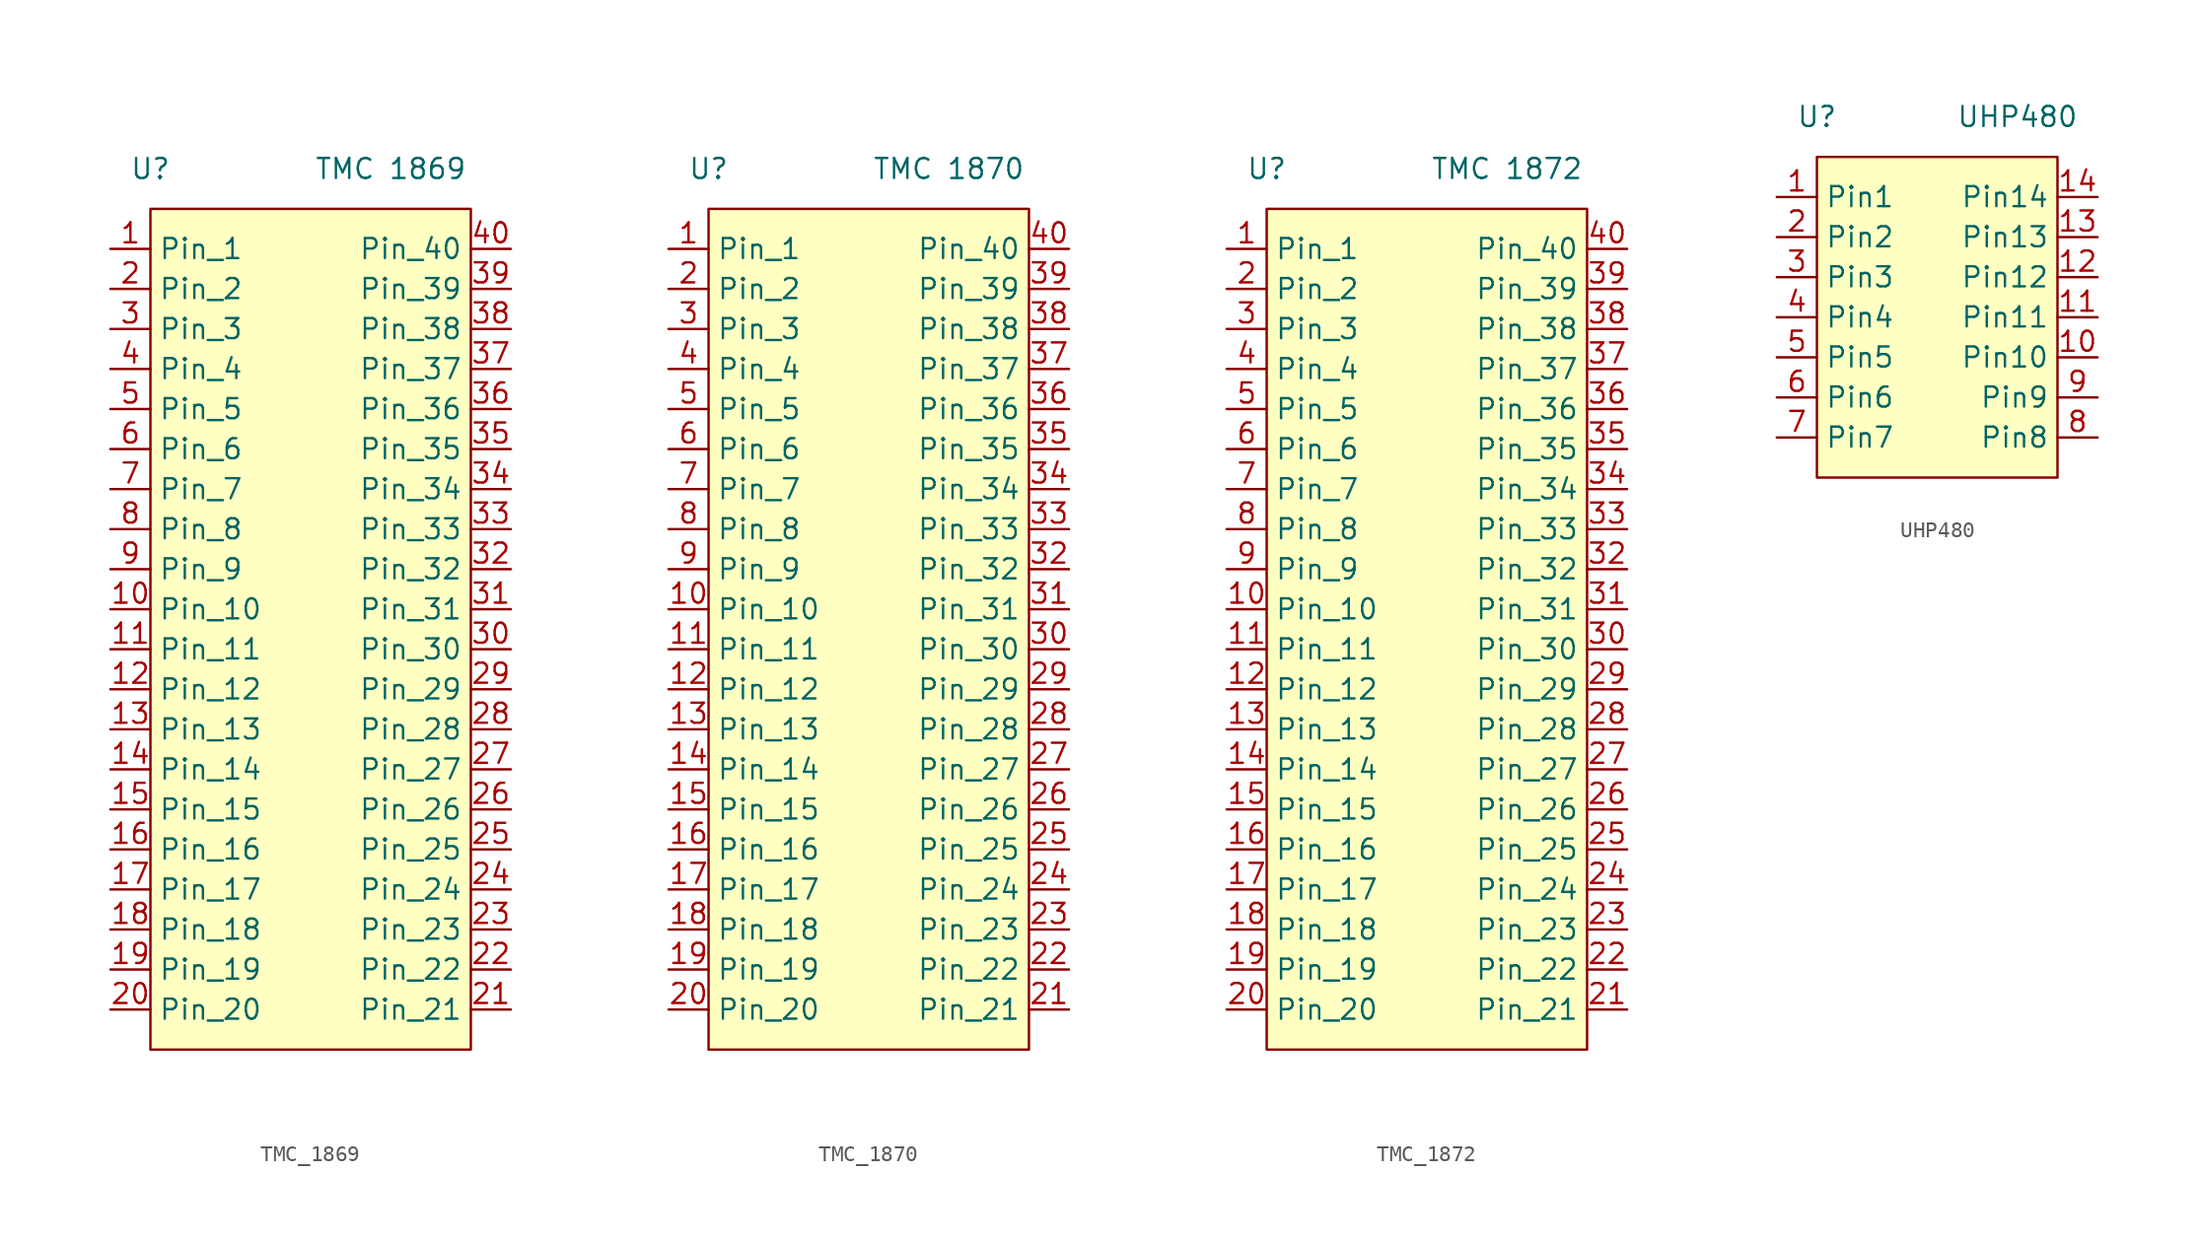
<source format=kicad_sym>
(kicad_symbol_lib
  (version 20241209)
  (generator "kicad_symbol_editor")
  (generator_version "9.0")
  (symbol "TMC_1869"
    (property "Reference" "U"
      (at -10.16 2.54 0)
      (effects (font (size 1.27 1.27))))
    (property "Value" "TMC 1869"
      (at 5.08 2.54 0)
      (effects (font (size 1.27 1.27))))
    (symbol "TMC_1869_1_1"
      (rectangle (start -10.16 0) (end 10.16 -53.34) (stroke (width 0) (type solid)) (fill (type color) (color 255 255 194 1)))
      (pin input line (at -12.7 -2.54 0) (length 2.54) (name "Pin_1" (effects (font (size 1.27 1.27)))) (number "1" (effects (font (size 1.27 1.27)))))
      (pin input line (at -12.7 -5.08 0) (length 2.54) (name "Pin_2" (effects (font (size 1.27 1.27)))) (number "2" (effects (font (size 1.27 1.27)))))
      (pin input line (at -12.7 -7.62 0) (length 2.54) (name "Pin_3" (effects (font (size 1.27 1.27)))) (number "3" (effects (font (size 1.27 1.27)))))
      (pin input line (at -12.7 -10.16 0) (length 2.54) (name "Pin_4" (effects (font (size 1.27 1.27)))) (number "4" (effects (font (size 1.27 1.27)))))
      (pin input line (at -12.7 -12.7 0) (length 2.54) (name "Pin_5" (effects (font (size 1.27 1.27)))) (number "5" (effects (font (size 1.27 1.27)))))
      (pin input line (at -12.7 -15.24 0) (length 2.54) (name "Pin_6" (effects (font (size 1.27 1.27)))) (number "6" (effects (font (size 1.27 1.27)))))
      (pin input line (at -12.7 -17.78 0) (length 2.54) (name "Pin_7" (effects (font (size 1.27 1.27)))) (number "7" (effects (font (size 1.27 1.27)))))
      (pin input line (at -12.7 -20.32 0) (length 2.54) (name "Pin_8" (effects (font (size 1.27 1.27)))) (number "8" (effects (font (size 1.27 1.27)))))
      (pin input line (at -12.7 -22.86 0) (length 2.54) (name "Pin_9" (effects (font (size 1.27 1.27)))) (number "9" (effects (font (size 1.27 1.27)))))
      (pin input line (at -12.7 -25.4 0) (length 2.54) (name "Pin_10" (effects (font (size 1.27 1.27)))) (number "10" (effects (font (size 1.27 1.27)))))
      (pin input line (at -12.7 -27.94 0) (length 2.54) (name "Pin_11" (effects (font (size 1.27 1.27)))) (number "11" (effects (font (size 1.27 1.27)))))
      (pin input line (at -12.7 -30.48 0) (length 2.54) (name "Pin_12" (effects (font (size 1.27 1.27)))) (number "12" (effects (font (size 1.27 1.27)))))
      (pin input line (at -12.7 -33.02 0) (length 2.54) (name "Pin_13" (effects (font (size 1.27 1.27)))) (number "13" (effects (font (size 1.27 1.27)))))
      (pin input line (at -12.7 -35.56 0) (length 2.54) (name "Pin_14" (effects (font (size 1.27 1.27)))) (number "14" (effects (font (size 1.27 1.27)))))
      (pin input line (at -12.7 -38.1 0) (length 2.54) (name "Pin_15" (effects (font (size 1.27 1.27)))) (number "15" (effects (font (size 1.27 1.27)))))
      (pin input line (at -12.7 -40.64 0) (length 2.54) (name "Pin_16" (effects (font (size 1.27 1.27)))) (number "16" (effects (font (size 1.27 1.27)))))
      (pin input line (at -12.7 -43.18 0) (length 2.54) (name "Pin_17" (effects (font (size 1.27 1.27)))) (number "17" (effects (font (size 1.27 1.27)))))
      (pin input line (at -12.7 -45.72 0) (length 2.54) (name "Pin_18" (effects (font (size 1.27 1.27)))) (number "18" (effects (font (size 1.27 1.27)))))
      (pin input line (at -12.7 -48.26 0) (length 2.54) (name "Pin_19" (effects (font (size 1.27 1.27)))) (number "19" (effects (font (size 1.27 1.27)))))
      (pin input line (at -12.7 -50.8 0) (length 2.54) (name "Pin_20" (effects (font (size 1.27 1.27)))) (number "20" (effects (font (size 1.27 1.27)))))
      (pin input line (at 12.7 -2.54 180) (length 2.54) (name "Pin_40" (effects (font (size 1.27 1.27)))) (number "40" (effects (font (size 1.27 1.27)))))
      (pin input line (at 12.7 -5.08 180) (length 2.54) (name "Pin_39" (effects (font (size 1.27 1.27)))) (number "39" (effects (font (size 1.27 1.27)))))
      (pin input line (at 12.7 -7.62 180) (length 2.54) (name "Pin_38" (effects (font (size 1.27 1.27)))) (number "38" (effects (font (size 1.27 1.27)))))
      (pin input line (at 12.7 -10.16 180) (length 2.54) (name "Pin_37" (effects (font (size 1.27 1.27)))) (number "37" (effects (font (size 1.27 1.27)))))
      (pin input line (at 12.7 -12.7 180) (length 2.54) (name "Pin_36" (effects (font (size 1.27 1.27)))) (number "36" (effects (font (size 1.27 1.27)))))
      (pin input line (at 12.7 -15.24 180) (length 2.54) (name "Pin_35" (effects (font (size 1.27 1.27)))) (number "35" (effects (font (size 1.27 1.27)))))
      (pin input line (at 12.7 -17.78 180) (length 2.54) (name "Pin_34" (effects (font (size 1.27 1.27)))) (number "34" (effects (font (size 1.27 1.27)))))
      (pin input line (at 12.7 -20.32 180) (length 2.54) (name "Pin_33" (effects (font (size 1.27 1.27)))) (number "33" (effects (font (size 1.27 1.27)))))
      (pin input line (at 12.7 -22.86 180) (length 2.54) (name "Pin_32" (effects (font (size 1.27 1.27)))) (number "32" (effects (font (size 1.27 1.27)))))
      (pin input line (at 12.7 -25.4 180) (length 2.54) (name "Pin_31" (effects (font (size 1.27 1.27)))) (number "31" (effects (font (size 1.27 1.27)))))
      (pin input line (at 12.7 -27.94 180) (length 2.54) (name "Pin_30" (effects (font (size 1.27 1.27)))) (number "30" (effects (font (size 1.27 1.27)))))
      (pin input line (at 12.7 -30.48 180) (length 2.54) (name "Pin_29" (effects (font (size 1.27 1.27)))) (number "29" (effects (font (size 1.27 1.27)))))
      (pin input line (at 12.7 -33.02 180) (length 2.54) (name "Pin_28" (effects (font (size 1.27 1.27)))) (number "28" (effects (font (size 1.27 1.27)))))
      (pin input line (at 12.7 -35.56 180) (length 2.54) (name "Pin_27" (effects (font (size 1.27 1.27)))) (number "27" (effects (font (size 1.27 1.27)))))
      (pin input line (at 12.7 -38.1 180) (length 2.54) (name "Pin_26" (effects (font (size 1.27 1.27)))) (number "26" (effects (font (size 1.27 1.27)))))
      (pin input line (at 12.7 -40.64 180) (length 2.54) (name "Pin_25" (effects (font (size 1.27 1.27)))) (number "25" (effects (font (size 1.27 1.27)))))
      (pin input line (at 12.7 -43.18 180) (length 2.54) (name "Pin_24" (effects (font (size 1.27 1.27)))) (number "24" (effects (font (size 1.27 1.27)))))
      (pin input line (at 12.7 -45.72 180) (length 2.54) (name "Pin_23" (effects (font (size 1.27 1.27)))) (number "23" (effects (font (size 1.27 1.27)))))
      (pin input line (at 12.7 -48.26 180) (length 2.54) (name "Pin_22" (effects (font (size 1.27 1.27)))) (number "22" (effects (font (size 1.27 1.27)))))
      (pin input line (at 12.7 -50.8 180) (length 2.54) (name "Pin_21" (effects (font (size 1.27 1.27)))) (number "21" (effects (font (size 1.27 1.27)))))))
  (symbol "TMC_1870"
    (property "Reference" "U"
      (at -10.16 2.54 0)
      (effects (font (size 1.27 1.27))))
    (property "Value" "TMC 1870"
      (at 5.08 2.54 0)
      (effects (font (size 1.27 1.27))))
    (symbol "TMC_1870_1_1"
      (rectangle (start -10.16 0) (end 10.16 -53.34) (stroke (width 0) (type solid)) (fill (type color) (color 255 255 194 1)))
      (pin input line (at -12.7 -2.54 0) (length 2.54) (name "Pin_1" (effects (font (size 1.27 1.27)))) (number "1" (effects (font (size 1.27 1.27)))))
      (pin input line (at -12.7 -5.08 0) (length 2.54) (name "Pin_2" (effects (font (size 1.27 1.27)))) (number "2" (effects (font (size 1.27 1.27)))))
      (pin input line (at -12.7 -7.62 0) (length 2.54) (name "Pin_3" (effects (font (size 1.27 1.27)))) (number "3" (effects (font (size 1.27 1.27)))))
      (pin input line (at -12.7 -10.16 0) (length 2.54) (name "Pin_4" (effects (font (size 1.27 1.27)))) (number "4" (effects (font (size 1.27 1.27)))))
      (pin input line (at -12.7 -12.7 0) (length 2.54) (name "Pin_5" (effects (font (size 1.27 1.27)))) (number "5" (effects (font (size 1.27 1.27)))))
      (pin input line (at -12.7 -15.24 0) (length 2.54) (name "Pin_6" (effects (font (size 1.27 1.27)))) (number "6" (effects (font (size 1.27 1.27)))))
      (pin input line (at -12.7 -17.78 0) (length 2.54) (name "Pin_7" (effects (font (size 1.27 1.27)))) (number "7" (effects (font (size 1.27 1.27)))))
      (pin input line (at -12.7 -20.32 0) (length 2.54) (name "Pin_8" (effects (font (size 1.27 1.27)))) (number "8" (effects (font (size 1.27 1.27)))))
      (pin input line (at -12.7 -22.86 0) (length 2.54) (name "Pin_9" (effects (font (size 1.27 1.27)))) (number "9" (effects (font (size 1.27 1.27)))))
      (pin input line (at -12.7 -25.4 0) (length 2.54) (name "Pin_10" (effects (font (size 1.27 1.27)))) (number "10" (effects (font (size 1.27 1.27)))))
      (pin input line (at -12.7 -27.94 0) (length 2.54) (name "Pin_11" (effects (font (size 1.27 1.27)))) (number "11" (effects (font (size 1.27 1.27)))))
      (pin input line (at -12.7 -30.48 0) (length 2.54) (name "Pin_12" (effects (font (size 1.27 1.27)))) (number "12" (effects (font (size 1.27 1.27)))))
      (pin input line (at -12.7 -33.02 0) (length 2.54) (name "Pin_13" (effects (font (size 1.27 1.27)))) (number "13" (effects (font (size 1.27 1.27)))))
      (pin input line (at -12.7 -35.56 0) (length 2.54) (name "Pin_14" (effects (font (size 1.27 1.27)))) (number "14" (effects (font (size 1.27 1.27)))))
      (pin input line (at -12.7 -38.1 0) (length 2.54) (name "Pin_15" (effects (font (size 1.27 1.27)))) (number "15" (effects (font (size 1.27 1.27)))))
      (pin input line (at -12.7 -40.64 0) (length 2.54) (name "Pin_16" (effects (font (size 1.27 1.27)))) (number "16" (effects (font (size 1.27 1.27)))))
      (pin input line (at -12.7 -43.18 0) (length 2.54) (name "Pin_17" (effects (font (size 1.27 1.27)))) (number "17" (effects (font (size 1.27 1.27)))))
      (pin input line (at -12.7 -45.72 0) (length 2.54) (name "Pin_18" (effects (font (size 1.27 1.27)))) (number "18" (effects (font (size 1.27 1.27)))))
      (pin input line (at -12.7 -48.26 0) (length 2.54) (name "Pin_19" (effects (font (size 1.27 1.27)))) (number "19" (effects (font (size 1.27 1.27)))))
      (pin input line (at -12.7 -50.8 0) (length 2.54) (name "Pin_20" (effects (font (size 1.27 1.27)))) (number "20" (effects (font (size 1.27 1.27)))))
      (pin input line (at 12.7 -2.54 180) (length 2.54) (name "Pin_40" (effects (font (size 1.27 1.27)))) (number "40" (effects (font (size 1.27 1.27)))))
      (pin input line (at 12.7 -5.08 180) (length 2.54) (name "Pin_39" (effects (font (size 1.27 1.27)))) (number "39" (effects (font (size 1.27 1.27)))))
      (pin input line (at 12.7 -7.62 180) (length 2.54) (name "Pin_38" (effects (font (size 1.27 1.27)))) (number "38" (effects (font (size 1.27 1.27)))))
      (pin input line (at 12.7 -10.16 180) (length 2.54) (name "Pin_37" (effects (font (size 1.27 1.27)))) (number "37" (effects (font (size 1.27 1.27)))))
      (pin input line (at 12.7 -12.7 180) (length 2.54) (name "Pin_36" (effects (font (size 1.27 1.27)))) (number "36" (effects (font (size 1.27 1.27)))))
      (pin input line (at 12.7 -15.24 180) (length 2.54) (name "Pin_35" (effects (font (size 1.27 1.27)))) (number "35" (effects (font (size 1.27 1.27)))))
      (pin input line (at 12.7 -17.78 180) (length 2.54) (name "Pin_34" (effects (font (size 1.27 1.27)))) (number "34" (effects (font (size 1.27 1.27)))))
      (pin input line (at 12.7 -20.32 180) (length 2.54) (name "Pin_33" (effects (font (size 1.27 1.27)))) (number "33" (effects (font (size 1.27 1.27)))))
      (pin input line (at 12.7 -22.86 180) (length 2.54) (name "Pin_32" (effects (font (size 1.27 1.27)))) (number "32" (effects (font (size 1.27 1.27)))))
      (pin input line (at 12.7 -25.4 180) (length 2.54) (name "Pin_31" (effects (font (size 1.27 1.27)))) (number "31" (effects (font (size 1.27 1.27)))))
      (pin input line (at 12.7 -27.94 180) (length 2.54) (name "Pin_30" (effects (font (size 1.27 1.27)))) (number "30" (effects (font (size 1.27 1.27)))))
      (pin input line (at 12.7 -30.48 180) (length 2.54) (name "Pin_29" (effects (font (size 1.27 1.27)))) (number "29" (effects (font (size 1.27 1.27)))))
      (pin input line (at 12.7 -33.02 180) (length 2.54) (name "Pin_28" (effects (font (size 1.27 1.27)))) (number "28" (effects (font (size 1.27 1.27)))))
      (pin input line (at 12.7 -35.56 180) (length 2.54) (name "Pin_27" (effects (font (size 1.27 1.27)))) (number "27" (effects (font (size 1.27 1.27)))))
      (pin input line (at 12.7 -38.1 180) (length 2.54) (name "Pin_26" (effects (font (size 1.27 1.27)))) (number "26" (effects (font (size 1.27 1.27)))))
      (pin input line (at 12.7 -40.64 180) (length 2.54) (name "Pin_25" (effects (font (size 1.27 1.27)))) (number "25" (effects (font (size 1.27 1.27)))))
      (pin input line (at 12.7 -43.18 180) (length 2.54) (name "Pin_24" (effects (font (size 1.27 1.27)))) (number "24" (effects (font (size 1.27 1.27)))))
      (pin input line (at 12.7 -45.72 180) (length 2.54) (name "Pin_23" (effects (font (size 1.27 1.27)))) (number "23" (effects (font (size 1.27 1.27)))))
      (pin input line (at 12.7 -48.26 180) (length 2.54) (name "Pin_22" (effects (font (size 1.27 1.27)))) (number "22" (effects (font (size 1.27 1.27)))))
      (pin input line (at 12.7 -50.8 180) (length 2.54) (name "Pin_21" (effects (font (size 1.27 1.27)))) (number "21" (effects (font (size 1.27 1.27)))))))
  (symbol "TMC_1872"
    (property "Reference" "U"
      (at -10.16 2.54 0)
      (effects (font (size 1.27 1.27))))
    (property "Value" "TMC 1872"
      (at 5.08 2.54 0)
      (effects (font (size 1.27 1.27))))
    (symbol "TMC_1872_1_1"
      (rectangle (start -10.16 0) (end 10.16 -53.34) (stroke (width 0) (type solid)) (fill (type color) (color 255 255 194 1)))
      (pin input line (at -12.7 -2.54 0) (length 2.54) (name "Pin_1" (effects (font (size 1.27 1.27)))) (number "1" (effects (font (size 1.27 1.27)))))
      (pin input line (at -12.7 -5.08 0) (length 2.54) (name "Pin_2" (effects (font (size 1.27 1.27)))) (number "2" (effects (font (size 1.27 1.27)))))
      (pin input line (at -12.7 -7.62 0) (length 2.54) (name "Pin_3" (effects (font (size 1.27 1.27)))) (number "3" (effects (font (size 1.27 1.27)))))
      (pin input line (at -12.7 -10.16 0) (length 2.54) (name "Pin_4" (effects (font (size 1.27 1.27)))) (number "4" (effects (font (size 1.27 1.27)))))
      (pin input line (at -12.7 -12.7 0) (length 2.54) (name "Pin_5" (effects (font (size 1.27 1.27)))) (number "5" (effects (font (size 1.27 1.27)))))
      (pin input line (at -12.7 -15.24 0) (length 2.54) (name "Pin_6" (effects (font (size 1.27 1.27)))) (number "6" (effects (font (size 1.27 1.27)))))
      (pin input line (at -12.7 -17.78 0) (length 2.54) (name "Pin_7" (effects (font (size 1.27 1.27)))) (number "7" (effects (font (size 1.27 1.27)))))
      (pin input line (at -12.7 -20.32 0) (length 2.54) (name "Pin_8" (effects (font (size 1.27 1.27)))) (number "8" (effects (font (size 1.27 1.27)))))
      (pin input line (at -12.7 -22.86 0) (length 2.54) (name "Pin_9" (effects (font (size 1.27 1.27)))) (number "9" (effects (font (size 1.27 1.27)))))
      (pin input line (at -12.7 -25.4 0) (length 2.54) (name "Pin_10" (effects (font (size 1.27 1.27)))) (number "10" (effects (font (size 1.27 1.27)))))
      (pin input line (at -12.7 -27.94 0) (length 2.54) (name "Pin_11" (effects (font (size 1.27 1.27)))) (number "11" (effects (font (size 1.27 1.27)))))
      (pin input line (at -12.7 -30.48 0) (length 2.54) (name "Pin_12" (effects (font (size 1.27 1.27)))) (number "12" (effects (font (size 1.27 1.27)))))
      (pin input line (at -12.7 -33.02 0) (length 2.54) (name "Pin_13" (effects (font (size 1.27 1.27)))) (number "13" (effects (font (size 1.27 1.27)))))
      (pin input line (at -12.7 -35.56 0) (length 2.54) (name "Pin_14" (effects (font (size 1.27 1.27)))) (number "14" (effects (font (size 1.27 1.27)))))
      (pin input line (at -12.7 -38.1 0) (length 2.54) (name "Pin_15" (effects (font (size 1.27 1.27)))) (number "15" (effects (font (size 1.27 1.27)))))
      (pin input line (at -12.7 -40.64 0) (length 2.54) (name "Pin_16" (effects (font (size 1.27 1.27)))) (number "16" (effects (font (size 1.27 1.27)))))
      (pin input line (at -12.7 -43.18 0) (length 2.54) (name "Pin_17" (effects (font (size 1.27 1.27)))) (number "17" (effects (font (size 1.27 1.27)))))
      (pin input line (at -12.7 -45.72 0) (length 2.54) (name "Pin_18" (effects (font (size 1.27 1.27)))) (number "18" (effects (font (size 1.27 1.27)))))
      (pin input line (at -12.7 -48.26 0) (length 2.54) (name "Pin_19" (effects (font (size 1.27 1.27)))) (number "19" (effects (font (size 1.27 1.27)))))
      (pin input line (at -12.7 -50.8 0) (length 2.54) (name "Pin_20" (effects (font (size 1.27 1.27)))) (number "20" (effects (font (size 1.27 1.27)))))
      (pin input line (at 12.7 -2.54 180) (length 2.54) (name "Pin_40" (effects (font (size 1.27 1.27)))) (number "40" (effects (font (size 1.27 1.27)))))
      (pin input line (at 12.7 -5.08 180) (length 2.54) (name "Pin_39" (effects (font (size 1.27 1.27)))) (number "39" (effects (font (size 1.27 1.27)))))
      (pin input line (at 12.7 -7.62 180) (length 2.54) (name "Pin_38" (effects (font (size 1.27 1.27)))) (number "38" (effects (font (size 1.27 1.27)))))
      (pin input line (at 12.7 -10.16 180) (length 2.54) (name "Pin_37" (effects (font (size 1.27 1.27)))) (number "37" (effects (font (size 1.27 1.27)))))
      (pin input line (at 12.7 -12.7 180) (length 2.54) (name "Pin_36" (effects (font (size 1.27 1.27)))) (number "36" (effects (font (size 1.27 1.27)))))
      (pin input line (at 12.7 -15.24 180) (length 2.54) (name "Pin_35" (effects (font (size 1.27 1.27)))) (number "35" (effects (font (size 1.27 1.27)))))
      (pin input line (at 12.7 -17.78 180) (length 2.54) (name "Pin_34" (effects (font (size 1.27 1.27)))) (number "34" (effects (font (size 1.27 1.27)))))
      (pin input line (at 12.7 -20.32 180) (length 2.54) (name "Pin_33" (effects (font (size 1.27 1.27)))) (number "33" (effects (font (size 1.27 1.27)))))
      (pin input line (at 12.7 -22.86 180) (length 2.54) (name "Pin_32" (effects (font (size 1.27 1.27)))) (number "32" (effects (font (size 1.27 1.27)))))
      (pin input line (at 12.7 -25.4 180) (length 2.54) (name "Pin_31" (effects (font (size 1.27 1.27)))) (number "31" (effects (font (size 1.27 1.27)))))
      (pin input line (at 12.7 -27.94 180) (length 2.54) (name "Pin_30" (effects (font (size 1.27 1.27)))) (number "30" (effects (font (size 1.27 1.27)))))
      (pin input line (at 12.7 -30.48 180) (length 2.54) (name "Pin_29" (effects (font (size 1.27 1.27)))) (number "29" (effects (font (size 1.27 1.27)))))
      (pin input line (at 12.7 -33.02 180) (length 2.54) (name "Pin_28" (effects (font (size 1.27 1.27)))) (number "28" (effects (font (size 1.27 1.27)))))
      (pin input line (at 12.7 -35.56 180) (length 2.54) (name "Pin_27" (effects (font (size 1.27 1.27)))) (number "27" (effects (font (size 1.27 1.27)))))
      (pin input line (at 12.7 -38.1 180) (length 2.54) (name "Pin_26" (effects (font (size 1.27 1.27)))) (number "26" (effects (font (size 1.27 1.27)))))
      (pin input line (at 12.7 -40.64 180) (length 2.54) (name "Pin_25" (effects (font (size 1.27 1.27)))) (number "25" (effects (font (size 1.27 1.27)))))
      (pin input line (at 12.7 -43.18 180) (length 2.54) (name "Pin_24" (effects (font (size 1.27 1.27)))) (number "24" (effects (font (size 1.27 1.27)))))
      (pin input line (at 12.7 -45.72 180) (length 2.54) (name "Pin_23" (effects (font (size 1.27 1.27)))) (number "23" (effects (font (size 1.27 1.27)))))
      (pin input line (at 12.7 -48.26 180) (length 2.54) (name "Pin_22" (effects (font (size 1.27 1.27)))) (number "22" (effects (font (size 1.27 1.27)))))
      (pin input line (at 12.7 -50.8 180) (length 2.54) (name "Pin_21" (effects (font (size 1.27 1.27)))) (number "21" (effects (font (size 1.27 1.27)))))))
  (symbol "UHP480"
    (property "Reference" "U"
      (at -7.62 2.54 0)
      (effects (font (size 1.27 1.27))))
    (property "Value" "UHP480"
      (at 5.08 2.54 0)
      (effects (font (size 1.27 1.27))))
    (symbol "UHP480_1_1"
      (rectangle (start -7.62 0) (end 7.62 -20.32) (stroke (width 0) (type solid)) (fill (type color) (color 255 255 194 1)))
      (pin passive line (at -10.16 -2.54 0) (length 2.54) (name "Pin1" (effects (font (size 1.27 1.27)))) (number "1" (effects (font (size 1.27 1.27)))))
      (pin passive line (at -10.16 -5.08 0) (length 2.54) (name "Pin2" (effects (font (size 1.27 1.27)))) (number "2" (effects (font (size 1.27 1.27)))))
      (pin passive line (at -10.16 -7.62 0) (length 2.54) (name "Pin3" (effects (font (size 1.27 1.27)))) (number "3" (effects (font (size 1.27 1.27)))))
      (pin passive line (at -10.16 -10.16 0) (length 2.54) (name "Pin4" (effects (font (size 1.27 1.27)))) (number "4" (effects (font (size 1.27 1.27)))))
      (pin passive line (at -10.16 -12.7 0) (length 2.54) (name "Pin5" (effects (font (size 1.27 1.27)))) (number "5" (effects (font (size 1.27 1.27)))))
      (pin passive line (at -10.16 -15.24 0) (length 2.54) (name "Pin6" (effects (font (size 1.27 1.27)))) (number "6" (effects (font (size 1.27 1.27)))))
      (pin passive line (at -10.16 -17.78 0) (length 2.54) (name "Pin7" (effects (font (size 1.27 1.27)))) (number "7" (effects (font (size 1.27 1.27)))))
      (pin passive line (at 10.16 -2.54 180) (length 2.54) (name "Pin14" (effects (font (size 1.27 1.27)))) (number "14" (effects (font (size 1.27 1.27)))))
      (pin passive line (at 10.16 -5.08 180) (length 2.54) (name "Pin13" (effects (font (size 1.27 1.27)))) (number "13" (effects (font (size 1.27 1.27)))))
      (pin passive line (at 10.16 -7.62 180) (length 2.54) (name "Pin12" (effects (font (size 1.27 1.27)))) (number "12" (effects (font (size 1.27 1.27)))))
      (pin passive line (at 10.16 -10.16 180) (length 2.54) (name "Pin11" (effects (font (size 1.27 1.27)))) (number "11" (effects (font (size 1.27 1.27)))))
      (pin passive line (at 10.16 -12.7 180) (length 2.54) (name "Pin10" (effects (font (size 1.27 1.27)))) (number "10" (effects (font (size 1.27 1.27)))))
      (pin passive line (at 10.16 -15.24 180) (length 2.54) (name "Pin9" (effects (font (size 1.27 1.27)))) (number "9" (effects (font (size 1.27 1.27)))))
      (pin passive line (at 10.16 -17.78 180) (length 2.54) (name "Pin8" (effects (font (size 1.27 1.27)))) (number "8" (effects (font (size 1.27 1.27))))))))
</source>
